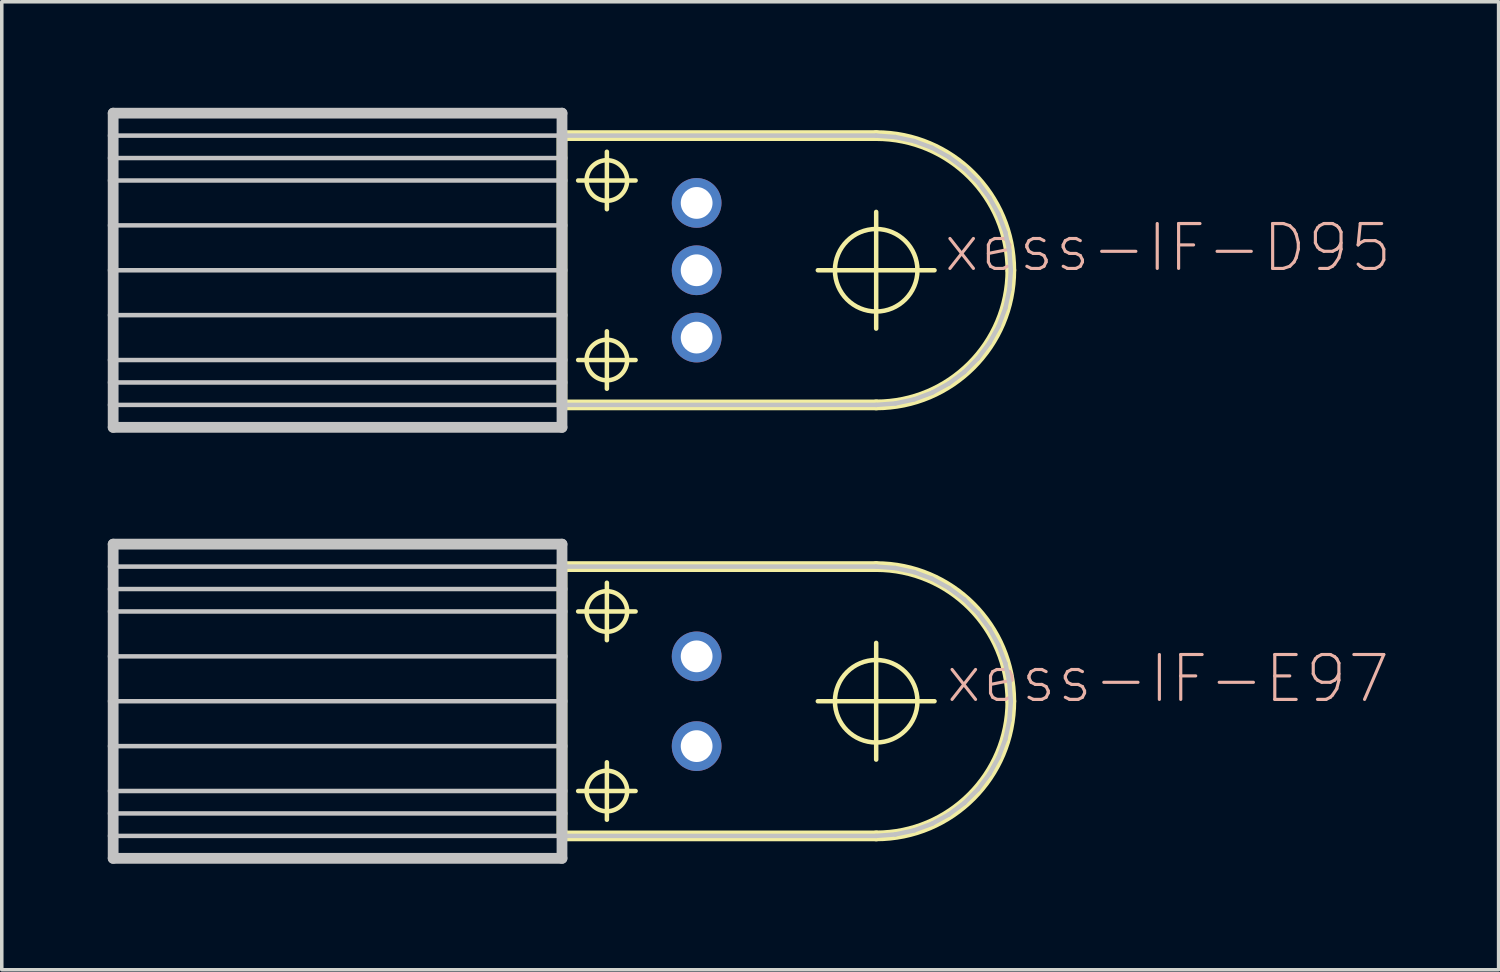
<source format=kicad_pcb>
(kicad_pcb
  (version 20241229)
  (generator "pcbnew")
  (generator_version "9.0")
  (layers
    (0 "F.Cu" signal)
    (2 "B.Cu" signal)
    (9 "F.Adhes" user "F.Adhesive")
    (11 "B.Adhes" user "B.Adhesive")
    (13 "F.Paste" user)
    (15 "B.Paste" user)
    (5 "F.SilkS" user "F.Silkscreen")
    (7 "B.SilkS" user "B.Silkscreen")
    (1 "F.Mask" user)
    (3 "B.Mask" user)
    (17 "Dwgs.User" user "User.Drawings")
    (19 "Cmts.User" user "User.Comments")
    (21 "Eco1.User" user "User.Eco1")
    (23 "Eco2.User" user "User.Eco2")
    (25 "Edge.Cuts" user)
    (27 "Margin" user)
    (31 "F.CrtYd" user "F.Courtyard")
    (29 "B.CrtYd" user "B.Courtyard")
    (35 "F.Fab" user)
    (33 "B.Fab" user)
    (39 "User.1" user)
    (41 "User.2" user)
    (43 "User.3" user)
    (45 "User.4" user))
  (footprint "xess-IF-E97"
    (layer "F.Cu")
    (at 14.122 16.792)
    (property "Reference" "xess-IF-E97" (at 15.875 -0.635 0) (layer "B.SilkS") (effects (font (size 1.27 1.27) (thickness 0.089))))
    (attr exclude_from_pos_files exclude_from_bom)
    (fp_line (start -1.27 -3.81) (end -1.27 3.81) (stroke (width 0.305) (type solid)) (layer "F.SilkS"))
    (fp_line (start -1.27 3.81) (end 7.62 3.81) (stroke (width 0.305) (type solid)) (layer "F.SilkS"))
    (fp_line (start -0.813 -2.54) (end 0.813 -2.54) (stroke (width 0.127) (type solid)) (layer "F.SilkS"))
    (fp_line (start -0.813 2.54) (end 0.813 2.54) (stroke (width 0.127) (type solid)) (layer "F.SilkS"))
    (fp_line (start 0 -1.727) (end 0 -3.353) (stroke (width 0.127) (type solid)) (layer "F.SilkS"))
    (fp_line (start 0 3.353) (end 0 1.727) (stroke (width 0.127) (type solid)) (layer "F.SilkS"))
    (fp_line (start 5.969 0) (end 9.271 0) (stroke (width 0.127) (type solid)) (layer "F.SilkS"))
    (fp_line (start 7.62 -3.81) (end -1.27 -3.81) (stroke (width 0.305) (type solid)) (layer "F.SilkS"))
    (fp_line (start 7.62 1.651) (end 7.62 -1.651) (stroke (width 0.127) (type solid)) (layer "F.SilkS"))
    (fp_arc (start 7.62 -3.81) (mid 10.314077 -2.694077) (end 11.43 0) (stroke (width 0.3048) (type solid)) (layer "F.SilkS"))
    (fp_arc (start 11.43 0) (mid 10.314077 2.694077) (end 7.62 3.81) (stroke (width 0.3048) (type solid)) (layer "F.SilkS"))
    (fp_circle (center 0 -2.54) (end -0.406 -2.946) (stroke (width 0.127) (type solid)) (fill no) (layer "F.SilkS"))
    (fp_circle (center 0 2.54) (end -0.406 2.946) (stroke (width 0.127) (type solid)) (fill no) (layer "F.SilkS"))
    (fp_circle (center 7.62 0) (end 8.445 0.826) (stroke (width 0.127) (type solid)) (fill no) (layer "F.SilkS"))
    (fp_line (start -13.97 -4.445) (end -13.97 -3.81) (stroke (width 0.305) (type solid)) (layer "Dwgs.User"))
    (fp_line (start -13.97 -3.81) (end -13.97 -3.175) (stroke (width 0.305) (type solid)) (layer "Dwgs.User"))
    (fp_line (start -13.97 -3.81) (end -1.27 -3.81) (stroke (width 0.127) (type solid)) (layer "Dwgs.User"))
    (fp_line (start -13.97 -3.175) (end -13.97 -2.54) (stroke (width 0.305) (type solid)) (layer "Dwgs.User"))
    (fp_line (start -13.97 -3.175) (end -1.27 -3.175) (stroke (width 0.127) (type solid)) (layer "Dwgs.User"))
    (fp_line (start -13.97 -2.54) (end -13.97 -1.27) (stroke (width 0.305) (type solid)) (layer "Dwgs.User"))
    (fp_line (start -13.97 -2.54) (end -1.27 -2.54) (stroke (width 0.127) (type solid)) (layer "Dwgs.User"))
    (fp_line (start -13.97 -1.27) (end -13.97 0) (stroke (width 0.305) (type solid)) (layer "Dwgs.User"))
    (fp_line (start -13.97 -1.27) (end -1.27 -1.27) (stroke (width 0.127) (type solid)) (layer "Dwgs.User"))
    (fp_line (start -13.97 0) (end -13.97 1.27) (stroke (width 0.305) (type solid)) (layer "Dwgs.User"))
    (fp_line (start -13.97 0) (end -1.27 0) (stroke (width 0.127) (type solid)) (layer "Dwgs.User"))
    (fp_line (start -13.97 1.27) (end -13.97 2.54) (stroke (width 0.305) (type solid)) (layer "Dwgs.User"))
    (fp_line (start -13.97 1.27) (end -1.27 1.27) (stroke (width 0.127) (type solid)) (layer "Dwgs.User"))
    (fp_line (start -13.97 2.54) (end -13.97 3.175) (stroke (width 0.305) (type solid)) (layer "Dwgs.User"))
    (fp_line (start -13.97 2.54) (end -1.27 2.54) (stroke (width 0.127) (type solid)) (layer "Dwgs.User"))
    (fp_line (start -13.97 3.175) (end -13.97 3.81) (stroke (width 0.305) (type solid)) (layer "Dwgs.User"))
    (fp_line (start -13.97 3.175) (end -1.27 3.175) (stroke (width 0.127) (type solid)) (layer "Dwgs.User"))
    (fp_line (start -13.97 3.81) (end -13.97 4.445) (stroke (width 0.305) (type solid)) (layer "Dwgs.User"))
    (fp_line (start -13.97 3.81) (end -1.27 3.81) (stroke (width 0.127) (type solid)) (layer "Dwgs.User"))
    (fp_line (start -13.97 4.445) (end -1.27 4.445) (stroke (width 0.305) (type solid)) (layer "Dwgs.User"))
    (fp_line (start -1.27 -4.445) (end -13.97 -4.445) (stroke (width 0.305) (type solid)) (layer "Dwgs.User"))
    (fp_line (start -1.27 -3.81) (end -1.27 -4.445) (stroke (width 0.305) (type solid)) (layer "Dwgs.User"))
    (fp_line (start -1.27 -3.81) (end -1.27 3.81) (stroke (width 0.127) (type solid)) (layer "Dwgs.User"))
    (fp_line (start -1.27 -3.175) (end -1.27 -3.81) (stroke (width 0.305) (type solid)) (layer "Dwgs.User"))
    (fp_line (start -1.27 -2.54) (end -1.27 -3.175) (stroke (width 0.305) (type solid)) (layer "Dwgs.User"))
    (fp_line (start -1.27 -1.27) (end -1.27 -2.54) (stroke (width 0.305) (type solid)) (layer "Dwgs.User"))
    (fp_line (start -1.27 0) (end -1.27 -1.27) (stroke (width 0.305) (type solid)) (layer "Dwgs.User"))
    (fp_line (start -1.27 1.27) (end -1.27 0) (stroke (width 0.305) (type solid)) (layer "Dwgs.User"))
    (fp_line (start -1.27 2.54) (end -1.27 1.27) (stroke (width 0.305) (type solid)) (layer "Dwgs.User"))
    (fp_line (start -1.27 3.175) (end -1.27 2.54) (stroke (width 0.305) (type solid)) (layer "Dwgs.User"))
    (fp_line (start -1.27 3.81) (end -1.27 3.175) (stroke (width 0.305) (type solid)) (layer "Dwgs.User"))
    (fp_line (start -1.27 3.81) (end 7.62 3.81) (stroke (width 0.127) (type solid)) (layer "Dwgs.User"))
    (fp_line (start -1.27 4.445) (end -1.27 3.81) (stroke (width 0.305) (type solid)) (layer "Dwgs.User"))
    (fp_line (start 7.62 -3.81) (end -1.27 -3.81) (stroke (width 0.127) (type solid)) (layer "Dwgs.User"))
    (fp_line (start 7.62 3.81) (end 8.161 3.769) (stroke (width 0.127) (type solid)) (layer "Dwgs.User"))
    (fp_line (start 8.161 -3.769) (end 7.62 -3.81) (stroke (width 0.127) (type solid)) (layer "Dwgs.User"))
    (fp_line (start 8.161 3.769) (end 8.692 3.655) (stroke (width 0.127) (type solid)) (layer "Dwgs.User"))
    (fp_line (start 8.692 -3.655) (end 8.161 -3.769) (stroke (width 0.127) (type solid)) (layer "Dwgs.User"))
    (fp_line (start 8.692 3.655) (end 9.202 3.465) (stroke (width 0.127) (type solid)) (layer "Dwgs.User"))
    (fp_line (start 9.202 -3.465) (end 8.692 -3.655) (stroke (width 0.127) (type solid)) (layer "Dwgs.User"))
    (fp_line (start 9.202 3.465) (end 9.677 3.203) (stroke (width 0.127) (type solid)) (layer "Dwgs.User"))
    (fp_line (start 9.677 -3.203) (end 9.202 -3.465) (stroke (width 0.127) (type solid)) (layer "Dwgs.User"))
    (fp_line (start 9.677 3.203) (end 10.114 2.878) (stroke (width 0.127) (type solid)) (layer "Dwgs.User"))
    (fp_line (start 10.114 -2.878) (end 9.677 -3.203) (stroke (width 0.127) (type solid)) (layer "Dwgs.User"))
    (fp_line (start 10.114 2.878) (end 10.498 2.494) (stroke (width 0.127) (type solid)) (layer "Dwgs.User"))
    (fp_line (start 10.498 -2.494) (end 10.114 -2.878) (stroke (width 0.127) (type solid)) (layer "Dwgs.User"))
    (fp_line (start 10.498 2.494) (end 10.823 2.057) (stroke (width 0.127) (type solid)) (layer "Dwgs.User"))
    (fp_line (start 10.823 -2.057) (end 10.498 -2.494) (stroke (width 0.127) (type solid)) (layer "Dwgs.User"))
    (fp_line (start 10.823 2.057) (end 11.085 1.582) (stroke (width 0.127) (type solid)) (layer "Dwgs.User"))
    (fp_line (start 11.085 -1.582) (end 10.823 -2.057) (stroke (width 0.127) (type solid)) (layer "Dwgs.User"))
    (fp_line (start 11.085 1.582) (end 11.275 1.072) (stroke (width 0.127) (type solid)) (layer "Dwgs.User"))
    (fp_line (start 11.275 -1.072) (end 11.085 -1.582) (stroke (width 0.127) (type solid)) (layer "Dwgs.User"))
    (fp_line (start 11.275 1.072) (end 11.389 0.541) (stroke (width 0.127) (type solid)) (layer "Dwgs.User"))
    (fp_line (start 11.389 -0.541) (end 11.275 -1.072) (stroke (width 0.127) (type solid)) (layer "Dwgs.User"))
    (fp_line (start 11.389 0.541) (end 11.43 0) (stroke (width 0.127) (type solid)) (layer "Dwgs.User"))
    (fp_line (start 11.43 0) (end 11.389 -0.541) (stroke (width 0.127) (type solid)) (layer "Dwgs.User"))
    (pad "ANOD" thru_hole circle (at 2.54 1.27) (size 1.407 1.407) (drill 0.899) (layers "*.Cu" "*.Mask"))
    (pad "CATH" thru_hole circle (at 2.54 -1.27) (size 1.407 1.407) (drill 0.899) (layers "*.Cu" "*.Mask")))
  (footprint "xess-IF-D95"
    (layer "F.Cu")
    (at 14.122 4.597)
    (property "Reference" "xess-IF-D95" (at 15.875 -0.635 0) (layer "B.SilkS") (effects (font (size 1.27 1.27) (thickness 0.089))))
    (attr exclude_from_pos_files exclude_from_bom)
    (fp_line (start -1.27 -3.81) (end -1.27 3.81) (stroke (width 0.305) (type solid)) (layer "F.SilkS"))
    (fp_line (start -1.27 3.81) (end 7.62 3.81) (stroke (width 0.305) (type solid)) (layer "F.SilkS"))
    (fp_line (start -0.813 -2.54) (end 0.813 -2.54) (stroke (width 0.127) (type solid)) (layer "F.SilkS"))
    (fp_line (start -0.813 2.54) (end 0.813 2.54) (stroke (width 0.127) (type solid)) (layer "F.SilkS"))
    (fp_line (start 0 -1.727) (end 0 -3.353) (stroke (width 0.127) (type solid)) (layer "F.SilkS"))
    (fp_line (start 0 3.353) (end 0 1.727) (stroke (width 0.127) (type solid)) (layer "F.SilkS"))
    (fp_line (start 5.969 0) (end 9.271 0) (stroke (width 0.127) (type solid)) (layer "F.SilkS"))
    (fp_line (start 7.62 -3.81) (end -1.27 -3.81) (stroke (width 0.305) (type solid)) (layer "F.SilkS"))
    (fp_line (start 7.62 1.651) (end 7.62 -1.651) (stroke (width 0.127) (type solid)) (layer "F.SilkS"))
    (fp_arc (start 7.62 -3.81) (mid 10.314077 -2.694077) (end 11.43 0) (stroke (width 0.3048) (type solid)) (layer "F.SilkS"))
    (fp_arc (start 11.43 0) (mid 10.314077 2.694077) (end 7.62 3.81) (stroke (width 0.3048) (type solid)) (layer "F.SilkS"))
    (fp_circle (center 0 -2.54) (end -0.406 -2.946) (stroke (width 0.127) (type solid)) (fill no) (layer "F.SilkS"))
    (fp_circle (center 0 2.54) (end -0.406 2.946) (stroke (width 0.127) (type solid)) (fill no) (layer "F.SilkS"))
    (fp_circle (center 7.62 0) (end 8.445 0.826) (stroke (width 0.127) (type solid)) (fill no) (layer "F.SilkS"))
    (fp_line (start -13.97 -4.445) (end -13.97 -3.81) (stroke (width 0.305) (type solid)) (layer "Dwgs.User"))
    (fp_line (start -13.97 -3.81) (end -13.97 -3.175) (stroke (width 0.305) (type solid)) (layer "Dwgs.User"))
    (fp_line (start -13.97 -3.81) (end -1.27 -3.81) (stroke (width 0.127) (type solid)) (layer "Dwgs.User"))
    (fp_line (start -13.97 -3.175) (end -13.97 -2.54) (stroke (width 0.305) (type solid)) (layer "Dwgs.User"))
    (fp_line (start -13.97 -3.175) (end -1.27 -3.175) (stroke (width 0.127) (type solid)) (layer "Dwgs.User"))
    (fp_line (start -13.97 -2.54) (end -13.97 -1.27) (stroke (width 0.305) (type solid)) (layer "Dwgs.User"))
    (fp_line (start -13.97 -2.54) (end -1.27 -2.54) (stroke (width 0.127) (type solid)) (layer "Dwgs.User"))
    (fp_line (start -13.97 -1.27) (end -13.97 0) (stroke (width 0.305) (type solid)) (layer "Dwgs.User"))
    (fp_line (start -13.97 -1.27) (end -1.27 -1.27) (stroke (width 0.127) (type solid)) (layer "Dwgs.User"))
    (fp_line (start -13.97 0) (end -13.97 1.27) (stroke (width 0.305) (type solid)) (layer "Dwgs.User"))
    (fp_line (start -13.97 0) (end -1.27 0) (stroke (width 0.127) (type solid)) (layer "Dwgs.User"))
    (fp_line (start -13.97 1.27) (end -13.97 2.54) (stroke (width 0.305) (type solid)) (layer "Dwgs.User"))
    (fp_line (start -13.97 1.27) (end -1.27 1.27) (stroke (width 0.127) (type solid)) (layer "Dwgs.User"))
    (fp_line (start -13.97 2.54) (end -13.97 3.175) (stroke (width 0.305) (type solid)) (layer "Dwgs.User"))
    (fp_line (start -13.97 2.54) (end -1.27 2.54) (stroke (width 0.127) (type solid)) (layer "Dwgs.User"))
    (fp_line (start -13.97 3.175) (end -13.97 3.81) (stroke (width 0.305) (type solid)) (layer "Dwgs.User"))
    (fp_line (start -13.97 3.175) (end -1.27 3.175) (stroke (width 0.127) (type solid)) (layer "Dwgs.User"))
    (fp_line (start -13.97 3.81) (end -13.97 4.445) (stroke (width 0.305) (type solid)) (layer "Dwgs.User"))
    (fp_line (start -13.97 3.81) (end -1.27 3.81) (stroke (width 0.127) (type solid)) (layer "Dwgs.User"))
    (fp_line (start -13.97 4.445) (end -1.27 4.445) (stroke (width 0.305) (type solid)) (layer "Dwgs.User"))
    (fp_line (start -1.27 -4.445) (end -13.97 -4.445) (stroke (width 0.305) (type solid)) (layer "Dwgs.User"))
    (fp_line (start -1.27 -3.81) (end -1.27 -4.445) (stroke (width 0.305) (type solid)) (layer "Dwgs.User"))
    (fp_line (start -1.27 -3.81) (end -1.27 3.81) (stroke (width 0.127) (type solid)) (layer "Dwgs.User"))
    (fp_line (start -1.27 -3.175) (end -1.27 -3.81) (stroke (width 0.305) (type solid)) (layer "Dwgs.User"))
    (fp_line (start -1.27 -2.54) (end -1.27 -3.175) (stroke (width 0.305) (type solid)) (layer "Dwgs.User"))
    (fp_line (start -1.27 -1.27) (end -1.27 -2.54) (stroke (width 0.305) (type solid)) (layer "Dwgs.User"))
    (fp_line (start -1.27 0) (end -1.27 -1.27) (stroke (width 0.305) (type solid)) (layer "Dwgs.User"))
    (fp_line (start -1.27 1.27) (end -1.27 0) (stroke (width 0.305) (type solid)) (layer "Dwgs.User"))
    (fp_line (start -1.27 2.54) (end -1.27 1.27) (stroke (width 0.305) (type solid)) (layer "Dwgs.User"))
    (fp_line (start -1.27 3.175) (end -1.27 2.54) (stroke (width 0.305) (type solid)) (layer "Dwgs.User"))
    (fp_line (start -1.27 3.81) (end -1.27 3.175) (stroke (width 0.305) (type solid)) (layer "Dwgs.User"))
    (fp_line (start -1.27 3.81) (end 7.62 3.81) (stroke (width 0.127) (type solid)) (layer "Dwgs.User"))
    (fp_line (start -1.27 4.445) (end -1.27 3.81) (stroke (width 0.305) (type solid)) (layer "Dwgs.User"))
    (fp_line (start 7.62 -3.81) (end -1.27 -3.81) (stroke (width 0.127) (type solid)) (layer "Dwgs.User"))
    (fp_line (start 7.62 3.81) (end 8.161 3.769) (stroke (width 0.127) (type solid)) (layer "Dwgs.User"))
    (fp_line (start 8.161 -3.769) (end 7.62 -3.81) (stroke (width 0.127) (type solid)) (layer "Dwgs.User"))
    (fp_line (start 8.161 3.769) (end 8.692 3.655) (stroke (width 0.127) (type solid)) (layer "Dwgs.User"))
    (fp_line (start 8.692 -3.655) (end 8.161 -3.769) (stroke (width 0.127) (type solid)) (layer "Dwgs.User"))
    (fp_line (start 8.692 3.655) (end 9.202 3.465) (stroke (width 0.127) (type solid)) (layer "Dwgs.User"))
    (fp_line (start 9.202 -3.465) (end 8.692 -3.655) (stroke (width 0.127) (type solid)) (layer "Dwgs.User"))
    (fp_line (start 9.202 3.465) (end 9.677 3.203) (stroke (width 0.127) (type solid)) (layer "Dwgs.User"))
    (fp_line (start 9.677 -3.203) (end 9.202 -3.465) (stroke (width 0.127) (type solid)) (layer "Dwgs.User"))
    (fp_line (start 9.677 3.203) (end 10.114 2.878) (stroke (width 0.127) (type solid)) (layer "Dwgs.User"))
    (fp_line (start 10.114 -2.878) (end 9.677 -3.203) (stroke (width 0.127) (type solid)) (layer "Dwgs.User"))
    (fp_line (start 10.114 2.878) (end 10.498 2.494) (stroke (width 0.127) (type solid)) (layer "Dwgs.User"))
    (fp_line (start 10.498 -2.494) (end 10.114 -2.878) (stroke (width 0.127) (type solid)) (layer "Dwgs.User"))
    (fp_line (start 10.498 2.494) (end 10.823 2.057) (stroke (width 0.127) (type solid)) (layer "Dwgs.User"))
    (fp_line (start 10.823 -2.057) (end 10.498 -2.494) (stroke (width 0.127) (type solid)) (layer "Dwgs.User"))
    (fp_line (start 10.823 2.057) (end 11.085 1.582) (stroke (width 0.127) (type solid)) (layer "Dwgs.User"))
    (fp_line (start 11.085 -1.582) (end 10.823 -2.057) (stroke (width 0.127) (type solid)) (layer "Dwgs.User"))
    (fp_line (start 11.085 1.582) (end 11.275 1.072) (stroke (width 0.127) (type solid)) (layer "Dwgs.User"))
    (fp_line (start 11.275 -1.072) (end 11.085 -1.582) (stroke (width 0.127) (type solid)) (layer "Dwgs.User"))
    (fp_line (start 11.275 1.072) (end 11.389 0.541) (stroke (width 0.127) (type solid)) (layer "Dwgs.User"))
    (fp_line (start 11.389 -0.541) (end 11.275 -1.072) (stroke (width 0.127) (type solid)) (layer "Dwgs.User"))
    (fp_line (start 11.389 0.541) (end 11.43 0) (stroke (width 0.127) (type solid)) (layer "Dwgs.User"))
    (fp_line (start 11.43 0) (end 11.389 -0.541) (stroke (width 0.127) (type solid)) (layer "Dwgs.User"))
    (pad "GND" thru_hole circle (at 2.54 -1.905) (size 1.407 1.407) (drill 0.899) (layers "*.Cu" "*.Mask"))
    (pad "OUTP" thru_hole circle (at 2.54 0) (size 1.407 1.407) (drill 0.899) (layers "*.Cu" "*.Mask"))
    (pad "VCC" thru_hole circle (at 2.54 1.905) (size 1.407 1.407) (drill 0.899) (layers "*.Cu" "*.Mask")))
  (gr_rect
    (start -3 -3)
    (end 39.354 24.39)
    (stroke (width 0.1) (type default))
    (fill no)
    (layer "Edge.Cuts")))
</source>
